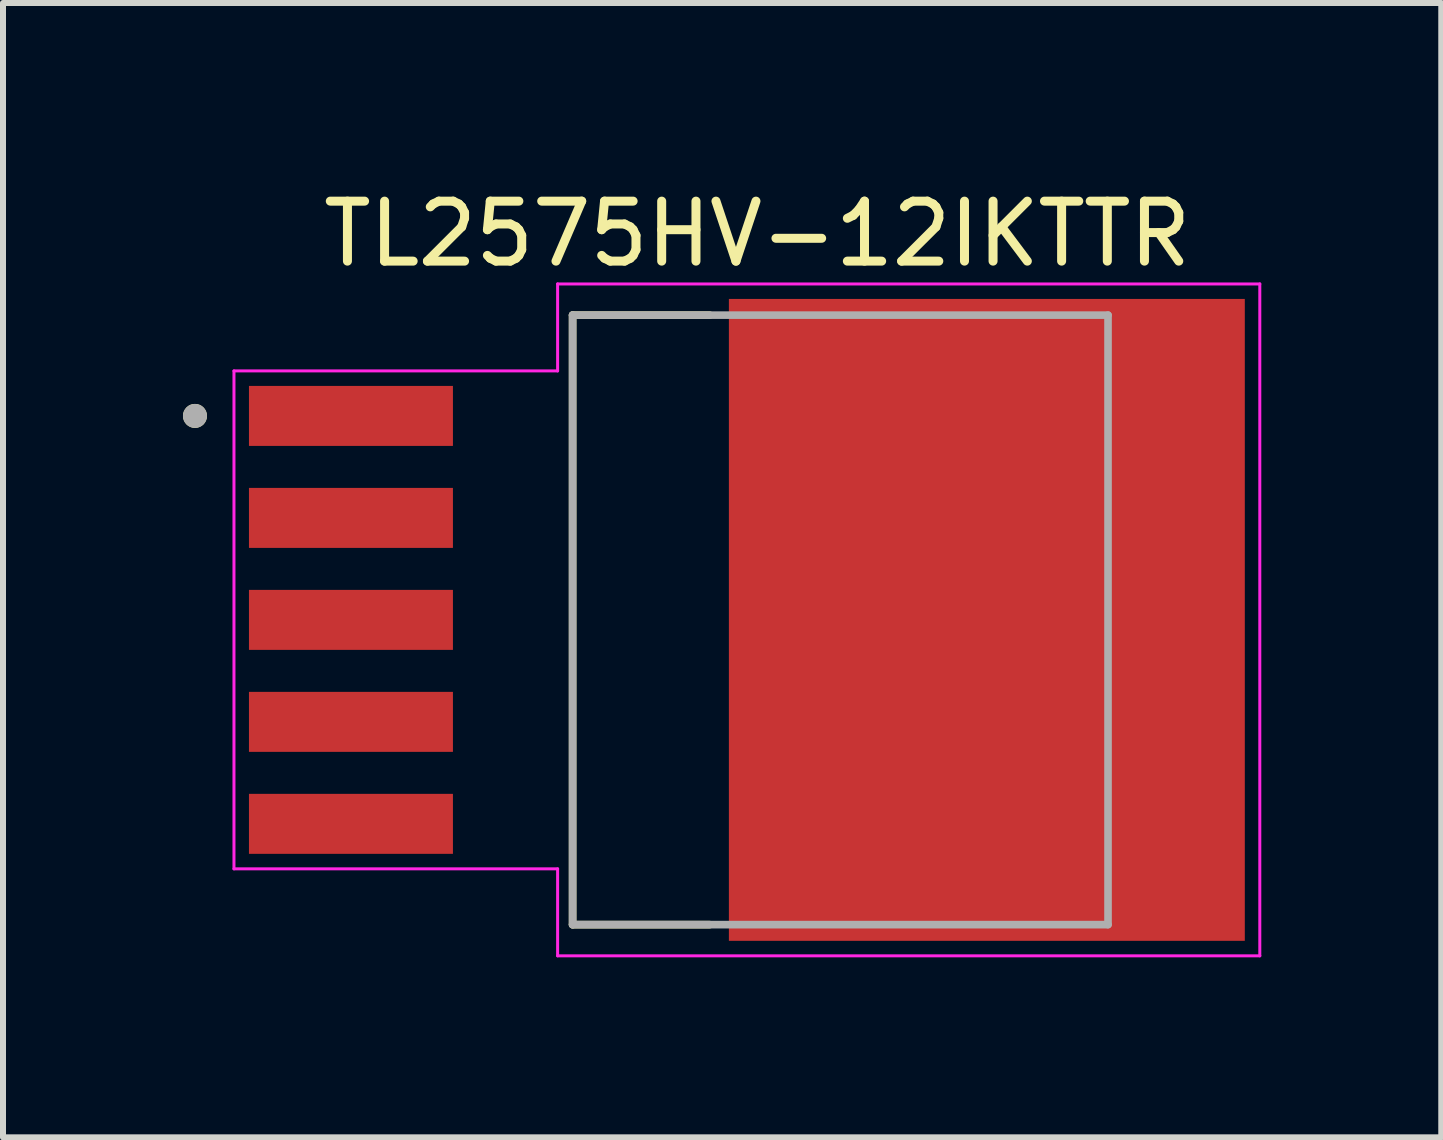
<source format=kicad_pcb>
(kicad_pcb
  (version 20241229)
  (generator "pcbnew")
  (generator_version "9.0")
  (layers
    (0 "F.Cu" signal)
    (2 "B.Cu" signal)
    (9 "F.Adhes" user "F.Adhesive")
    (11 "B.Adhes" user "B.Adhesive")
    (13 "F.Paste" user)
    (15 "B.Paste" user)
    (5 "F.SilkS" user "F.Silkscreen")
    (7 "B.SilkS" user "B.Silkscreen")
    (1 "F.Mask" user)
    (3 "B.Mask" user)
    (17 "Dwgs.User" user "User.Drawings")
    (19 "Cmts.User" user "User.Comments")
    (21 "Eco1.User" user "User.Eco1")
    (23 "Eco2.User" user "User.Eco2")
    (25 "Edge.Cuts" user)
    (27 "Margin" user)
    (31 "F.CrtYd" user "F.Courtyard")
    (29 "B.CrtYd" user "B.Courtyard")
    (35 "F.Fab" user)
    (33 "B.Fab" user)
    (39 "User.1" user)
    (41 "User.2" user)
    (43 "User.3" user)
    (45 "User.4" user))
  (footprint "TL2575HV-12IKTTR"
    (layer "F.Cu")
    (at 13.4 7.283)
    (property "Reference" "TL2575HV-12IKTTR" (at -3.825 -6.435 0) (layer "F.SilkS") (effects (font (size 1 1) (thickness 0.15))))
    (attr smd)
    (fp_poly (pts (xy -12.37 -3.97) (xy -8.83 -3.97) (xy -8.83 -2.83) (xy -12.37 -2.83)) (stroke (width 0.01) (type solid)) (fill yes) (layer "F.Mask"))
    (fp_poly (pts (xy -12.37 -2.27) (xy -8.83 -2.27) (xy -8.83 -1.13) (xy -12.37 -1.13)) (stroke (width 0.01) (type solid)) (fill yes) (layer "F.Mask"))
    (fp_poly (pts (xy -12.37 -0.57) (xy -8.83 -0.57) (xy -8.83 0.57) (xy -12.37 0.57)) (stroke (width 0.01) (type solid)) (fill yes) (layer "F.Mask"))
    (fp_poly (pts (xy -12.37 1.13) (xy -8.83 1.13) (xy -8.83 2.27) (xy -12.37 2.27)) (stroke (width 0.01) (type solid)) (fill yes) (layer "F.Mask"))
    (fp_poly (pts (xy -12.37 2.83) (xy -8.83 2.83) (xy -8.83 3.97) (xy -12.37 3.97)) (stroke (width 0.01) (type solid)) (fill yes) (layer "F.Mask"))
    (fp_poly (pts (xy -4.37 -5.42) (xy 4.37 -5.42) (xy 4.37 5.42) (xy -4.37 5.42)) (stroke (width 0.01) (type solid)) (fill yes) (layer "F.Mask"))
    (fp_line (start -6.905 -5.08) (end -6.905 5.08) (stroke (width 0.127) (type solid)) (layer "F.SilkS"))
    (fp_line (start -6.905 5.08) (end -4.62 5.08) (stroke (width 0.127) (type solid)) (layer "F.SilkS"))
    (fp_line (start -4.62 -5.08) (end -6.905 -5.08) (stroke (width 0.127) (type solid)) (layer "F.SilkS"))
    (fp_circle (center -13.2 -3.4) (end -13.1 -3.4) (stroke (width 0.2) (type solid)) (fill no) (layer "F.SilkS"))
    (fp_poly (pts (xy -12.25 -3.85) (xy -8.95 -3.85) (xy -8.95 -2.95) (xy -12.25 -2.95)) (stroke (width 0.01) (type solid)) (fill yes) (layer "F.Paste"))
    (fp_poly (pts (xy -12.25 -2.15) (xy -8.95 -2.15) (xy -8.95 -1.25) (xy -12.25 -1.25)) (stroke (width 0.01) (type solid)) (fill yes) (layer "F.Paste"))
    (fp_poly (pts (xy -12.25 -0.45) (xy -8.95 -0.45) (xy -8.95 0.45) (xy -12.25 0.45)) (stroke (width 0.01) (type solid)) (fill yes) (layer "F.Paste"))
    (fp_poly (pts (xy -12.25 1.25) (xy -8.95 1.25) (xy -8.95 2.15) (xy -12.25 2.15)) (stroke (width 0.01) (type solid)) (fill yes) (layer "F.Paste"))
    (fp_poly (pts (xy -12.25 2.95) (xy -8.95 2.95) (xy -8.95 3.85) (xy -12.25 3.85)) (stroke (width 0.01) (type solid)) (fill yes) (layer "F.Paste"))
    (fp_poly (pts (xy -4.25 -5.3) (xy 4.25 -5.3) (xy 4.25 5.3) (xy -4.25 5.3)) (stroke (width 0.01) (type solid)) (fill yes) (layer "F.Paste"))
    (fp_line (start -12.55 -4.15) (end -12.55 4.15) (stroke (width 0.05) (type solid)) (layer "F.CrtYd"))
    (fp_line (start -12.55 4.15) (end -7.155 4.15) (stroke (width 0.05) (type solid)) (layer "F.CrtYd"))
    (fp_line (start -7.155 -5.6) (end -7.155 -4.15) (stroke (width 0.05) (type solid)) (layer "F.CrtYd"))
    (fp_line (start -7.155 -4.15) (end -12.55 -4.15) (stroke (width 0.05) (type solid)) (layer "F.CrtYd"))
    (fp_line (start -7.155 4.15) (end -7.155 5.6) (stroke (width 0.05) (type solid)) (layer "F.CrtYd"))
    (fp_line (start -7.155 5.6) (end 4.55 5.6) (stroke (width 0.05) (type solid)) (layer "F.CrtYd"))
    (fp_line (start 4.55 -5.6) (end -7.155 -5.6) (stroke (width 0.05) (type solid)) (layer "F.CrtYd"))
    (fp_line (start 4.55 5.6) (end 4.55 -5.6) (stroke (width 0.05) (type solid)) (layer "F.CrtYd"))
    (fp_line (start -6.905 -5.08) (end -6.905 5.08) (stroke (width 0.127) (type solid)) (layer "F.Fab"))
    (fp_line (start -6.905 5.08) (end 2.02 5.08) (stroke (width 0.127) (type solid)) (layer "F.Fab"))
    (fp_line (start 2.02 -5.08) (end -6.905 -5.08) (stroke (width 0.127) (type solid)) (layer "F.Fab"))
    (fp_line (start 2.02 5.08) (end 2.02 -5.08) (stroke (width 0.127) (type solid)) (layer "F.Fab"))
    (fp_circle (center -13.2 -3.4) (end -13.1 -3.4) (stroke (width 0.2) (type solid)) (fill no) (layer "F.Fab"))
    (pad "1" smd rect (at -10.6 -3.4) (size 3.4 1) (layers "F.Cu"))
    (pad "2" smd rect (at -10.6 -1.7) (size 3.4 1) (layers "F.Cu"))
    (pad "3" smd rect (at -10.6 0) (size 3.4 1) (layers "F.Cu"))
    (pad "4" smd rect (at -10.6 1.7) (size 3.4 1) (layers "F.Cu"))
    (pad "5" smd rect (at -10.6 3.4) (size 3.4 1) (layers "F.Cu"))
    (pad "6" smd rect (at 0 0) (size 8.6 10.7) (layers "F.Cu")))
  (gr_rect
    (start -3 -3)
    (end 20.975 15.908)
    (stroke (width 0.1) (type default))
    (fill no)
    (layer "Edge.Cuts")))
</source>
